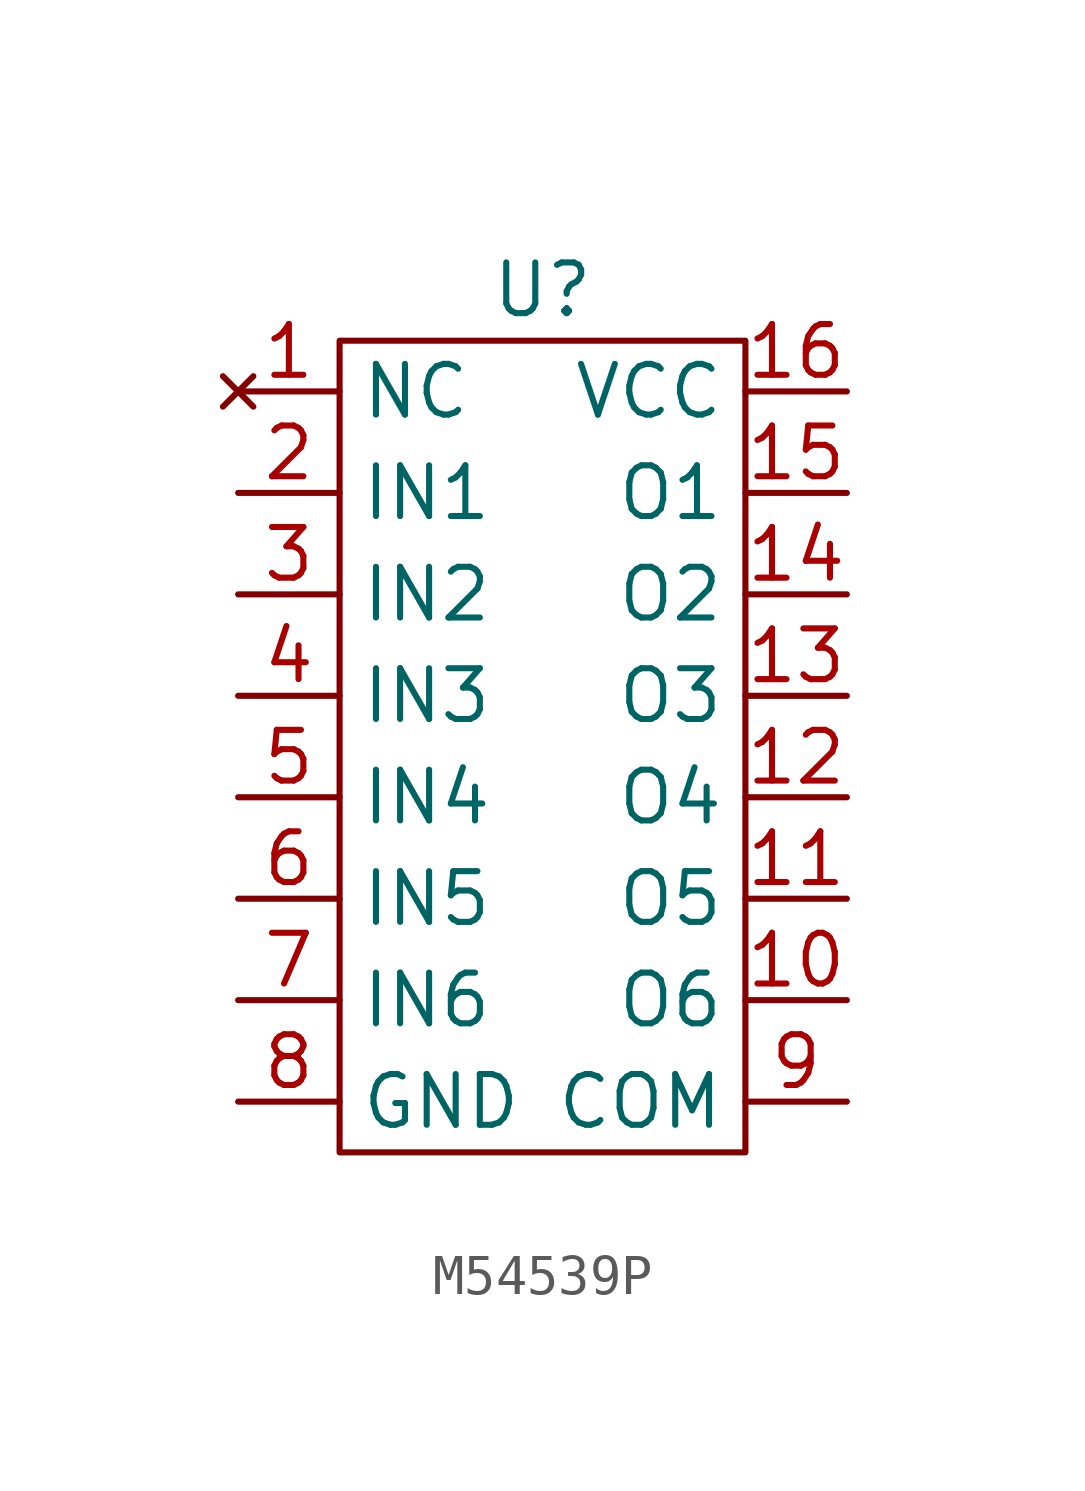
<source format=kicad_sym>
(kicad_symbol_lib
  (version 20231120)
  (generator "kicad_symbol_editor")
  (generator_version "8.0")
  (symbol "M54539P"
    (property "Reference" "U"
      (at 0 11.43 0)
      (effects (font (size 1.27 1.27))))
    (property "Value" ""
      (at -2.54 3.81 0)
      (effects (font (size 1.27 1.27))))
    (symbol "M54539P_0_1"
      (rectangle (start -5.08 10.16) (end 5.08 -10.16) (stroke (width 0) (type default)) (fill (type none))))
    (symbol "M54539P_1_1"
      (pin no_connect line (at -7.62 8.89 0) (length 2.54) (name "NC" (effects (font (size 1.27 1.27)))) (number "1" (effects (font (size 1.27 1.27)))))
      (pin output line (at 7.62 -6.35 180) (length 2.54) (name "O6" (effects (font (size 1.27 1.27)))) (number "10" (effects (font (size 1.27 1.27)))))
      (pin output line (at 7.62 -3.81 180) (length 2.54) (name "O5" (effects (font (size 1.27 1.27)))) (number "11" (effects (font (size 1.27 1.27)))))
      (pin output line (at 7.62 -1.27 180) (length 2.54) (name "O4" (effects (font (size 1.27 1.27)))) (number "12" (effects (font (size 1.27 1.27)))))
      (pin output line (at 7.62 1.27 180) (length 2.54) (name "O3" (effects (font (size 1.27 1.27)))) (number "13" (effects (font (size 1.27 1.27)))))
      (pin output line (at 7.62 3.81 180) (length 2.54) (name "O2" (effects (font (size 1.27 1.27)))) (number "14" (effects (font (size 1.27 1.27)))))
      (pin output line (at 7.62 6.35 180) (length 2.54) (name "O1" (effects (font (size 1.27 1.27)))) (number "15" (effects (font (size 1.27 1.27)))))
      (pin power_in line (at 7.62 8.89 180) (length 2.54) (name "VCC" (effects (font (size 1.27 1.27)))) (number "16" (effects (font (size 1.27 1.27)))))
      (pin input line (at -7.62 6.35 0) (length 2.54) (name "IN1" (effects (font (size 1.27 1.27)))) (number "2" (effects (font (size 1.27 1.27)))))
      (pin input line (at -7.62 3.81 0) (length 2.54) (name "IN2" (effects (font (size 1.27 1.27)))) (number "3" (effects (font (size 1.27 1.27)))))
      (pin input line (at -7.62 1.27 0) (length 2.54) (name "IN3" (effects (font (size 1.27 1.27)))) (number "4" (effects (font (size 1.27 1.27)))))
      (pin input line (at -7.62 -1.27 0) (length 2.54) (name "IN4" (effects (font (size 1.27 1.27)))) (number "5" (effects (font (size 1.27 1.27)))))
      (pin input line (at -7.62 -3.81 0) (length 2.54) (name "IN5" (effects (font (size 1.27 1.27)))) (number "6" (effects (font (size 1.27 1.27)))))
      (pin input line (at -7.62 -6.35 0) (length 2.54) (name "IN6" (effects (font (size 1.27 1.27)))) (number "7" (effects (font (size 1.27 1.27)))))
      (pin power_out line (at -7.62 -8.89 0) (length 2.54) (name "GND" (effects (font (size 1.27 1.27)))) (number "8" (effects (font (size 1.27 1.27)))))
      (pin power_in line (at 7.62 -8.89 180) (length 2.54) (name "COM" (effects (font (size 1.27 1.27)))) (number "9" (effects (font (size 1.27 1.27))))))))
</source>
